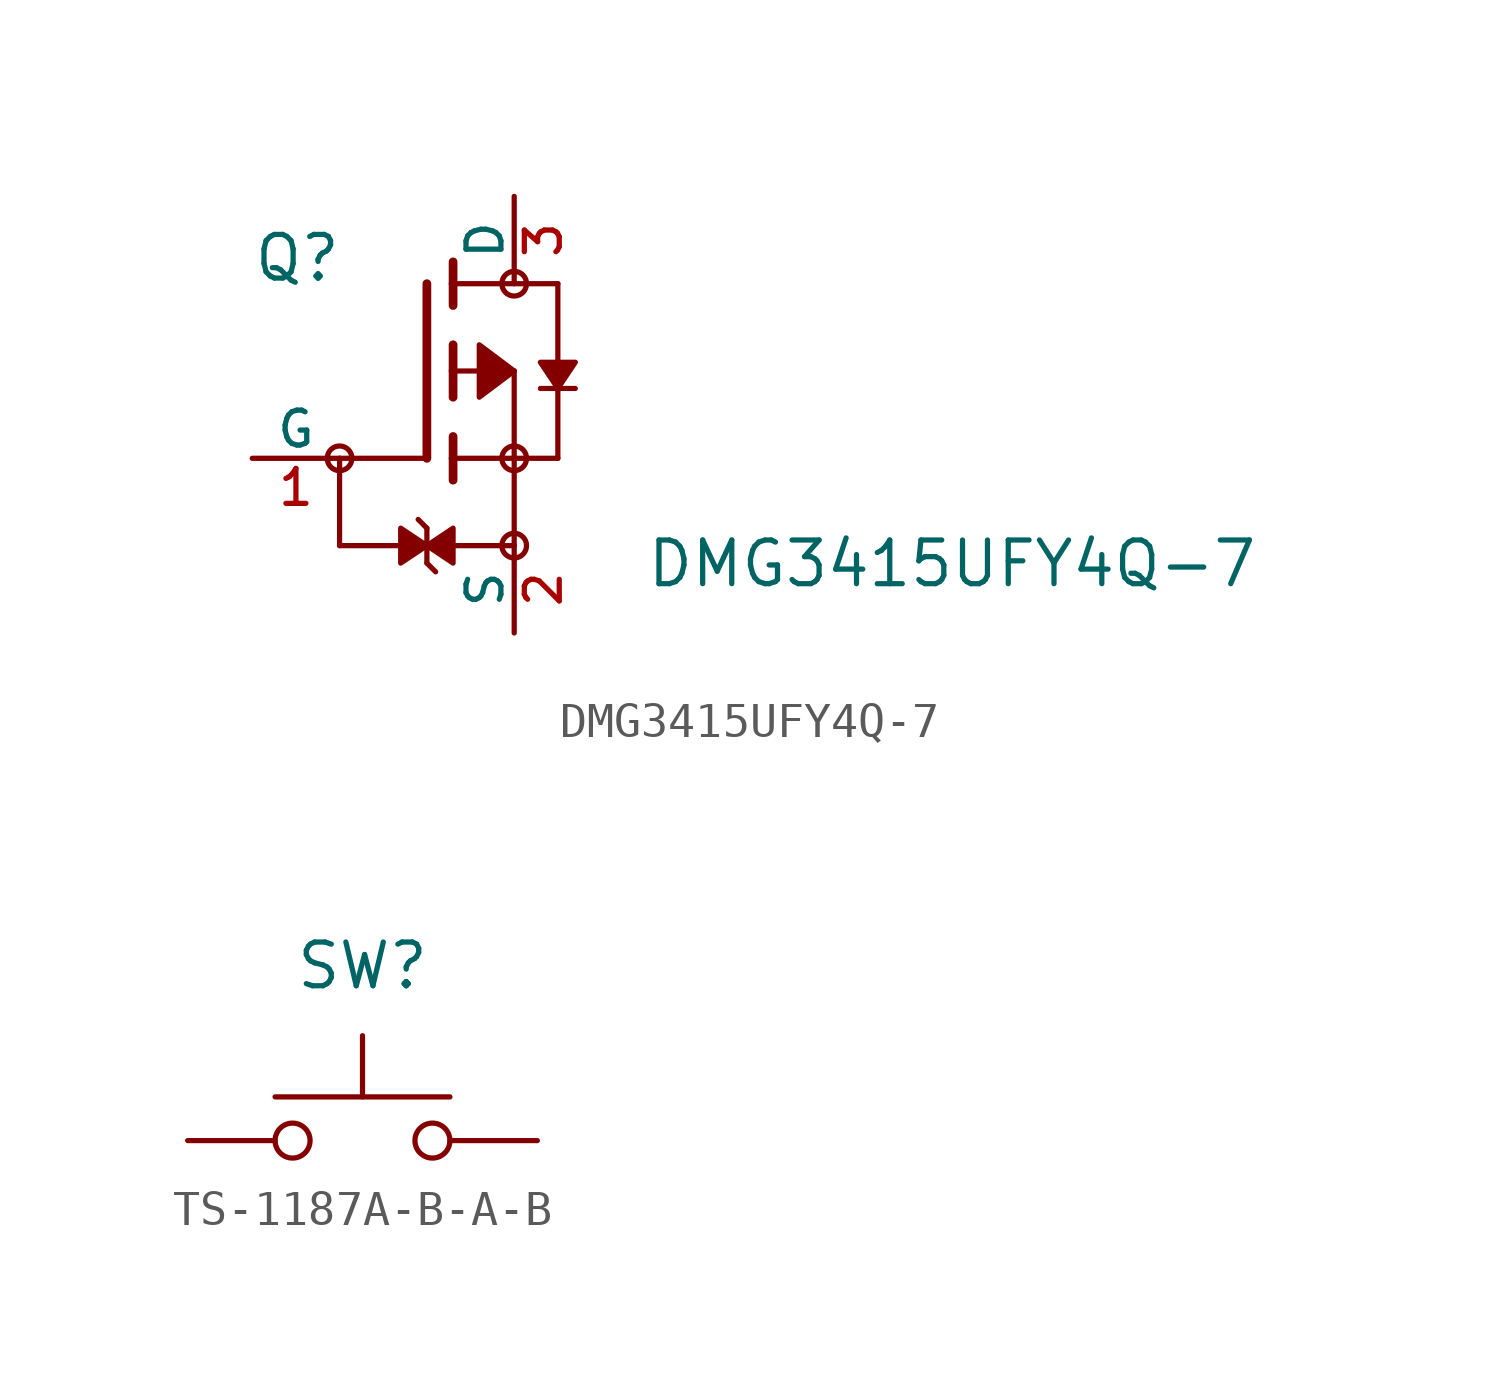
<source format=kicad_sym>
(kicad_symbol_lib
  (version 20220914)
  (generator kicad_symbol_editor)
  (symbol "DMG3415UFY4Q-7"
    (pin_names
      (offset 0))
    (property "Reference" "Q"
      (at -6.35 3.81 0)
      (effects (font (size 1.27 1.27)) (justify left bottom)))
    (property "Value" "DMG3415UFY4Q-7"
      (at 5.08 -5.08 0)
      (effects (font (size 1.27 1.27)) (justify left bottom)))
    (symbol "DMG3415UFY4Q-7_0_0"
      (circle (center -3.81 -1.27) (radius 0.359) (stroke (width 0) (type default)) (fill (type none)))
      (polyline (pts (xy -3.81 -3.81) (xy -3.81 -1.27)) (stroke (width 0.152) (type default)) (fill (type none)))
      (polyline (pts (xy -3.81 -1.27) (xy -1.27 -1.27)) (stroke (width 0.152) (type default)) (fill (type none)))
      (polyline (pts (xy -1.524 -3.048) (xy -1.27 -3.302)) (stroke (width 0.152) (type default)) (fill (type none)))
      (polyline (pts (xy -1.27 -4.318) (xy -1.016 -4.572)) (stroke (width 0.152) (type default)) (fill (type none)))
      (polyline (pts (xy -1.27 -3.302) (xy -1.27 -4.318)) (stroke (width 0.152) (type default)) (fill (type none)))
      (polyline (pts (xy -1.27 -1.27) (xy -1.27 3.81)) (stroke (width 0.254) (type default)) (fill (type none)))
      (polyline (pts (xy -0.508 -1.905) (xy -0.508 -1.27)) (stroke (width 0.254) (type default)) (fill (type none)))
      (polyline (pts (xy -0.508 -1.27) (xy -0.508 -0.635)) (stroke (width 0.254) (type default)) (fill (type none)))
      (polyline (pts (xy -0.508 -1.27) (xy 1.27 -1.27)) (stroke (width 0.152) (type default)) (fill (type none)))
      (polyline (pts (xy -0.508 0.508) (xy -0.508 1.27)) (stroke (width 0.254) (type default)) (fill (type none)))
      (polyline (pts (xy -0.508 1.27) (xy -0.508 2.032)) (stroke (width 0.254) (type default)) (fill (type none)))
      (polyline (pts (xy -0.508 1.27) (xy 1.27 1.27)) (stroke (width 0.152) (type default)) (fill (type none)))
      (polyline (pts (xy -0.508 3.175) (xy -0.508 3.81)) (stroke (width 0.254) (type default)) (fill (type none)))
      (polyline (pts (xy -0.508 3.81) (xy -0.508 4.445)) (stroke (width 0.254) (type default)) (fill (type none)))
      (polyline (pts (xy 1.27 -3.81) (xy -3.81 -3.81)) (stroke (width 0.152) (type default)) (fill (type none)))
      (polyline (pts (xy 1.27 -1.27) (xy 1.27 -3.81)) (stroke (width 0.152) (type default)) (fill (type none)))
      (polyline (pts (xy 1.27 -1.27) (xy 1.27 1.27)) (stroke (width 0.152) (type default)) (fill (type none)))
      (polyline (pts (xy 1.27 -1.27) (xy 2.54 -1.27)) (stroke (width 0.152) (type default)) (fill (type none)))
      (polyline (pts (xy 2.54 0.762) (xy 2.032 0.762)) (stroke (width 0.152) (type default)) (fill (type none)))
      (polyline (pts (xy 2.54 0.762) (xy 2.54 -1.27)) (stroke (width 0.152) (type default)) (fill (type none)))
      (polyline (pts (xy 2.54 3.81) (xy -0.508 3.81)) (stroke (width 0.152) (type default)) (fill (type none)))
      (polyline (pts (xy 2.54 3.81) (xy 2.54 0.762)) (stroke (width 0.152) (type default)) (fill (type none)))
      (polyline (pts (xy 3.048 0.762) (xy 2.54 0.762)) (stroke (width 0.152) (type default)) (fill (type none)))
      (polyline (pts (xy -1.27 -3.81) (xy -2.032 -4.318) (xy -2.032 -3.302) (xy -1.27 -3.81)) (stroke (width 0.152) (type default)) (fill (type outline)))
      (polyline (pts (xy -1.27 -3.81) (xy -0.508 -3.302) (xy -0.508 -4.318) (xy -1.27 -3.81)) (stroke (width 0.152) (type default)) (fill (type outline)))
      (polyline (pts (xy 1.27 1.27) (xy 0.254 2.032) (xy 0.254 0.508) (xy 1.27 1.27)) (stroke (width 0.152) (type default)) (fill (type outline)))
      (polyline (pts (xy 2.54 0.762) (xy 2.032 1.524) (xy 3.048 1.524) (xy 2.54 0.762)) (stroke (width 0.152) (type default)) (fill (type outline)))
      (circle (center 1.27 -3.81) (radius 0.359) (stroke (width 0) (type default)) (fill (type none)))
      (circle (center 1.27 -1.27) (radius 0.359) (stroke (width 0) (type default)) (fill (type none)))
      (circle (center 1.27 3.81) (radius 0.359) (stroke (width 0) (type default)) (fill (type none))))
    (symbol "DMG3415UFY4Q-7_1_0"
      (pin passive line (at -6.35 -1.27 0) (length 2.54) (name "G" (effects (font (size 1.016 1.016)))) (number "1" (effects (font (size 1.016 1.016)))))
      (pin passive line (at 1.27 -6.35 90) (length 2.54) (name "S" (effects (font (size 1.016 1.016)))) (number "2" (effects (font (size 1.016 1.016)))))
      (pin passive line (at 1.27 6.35 270) (length 2.54) (name "D" (effects (font (size 1.016 1.016)))) (number "3" (effects (font (size 1.016 1.016)))))))
  (symbol "TS-1187A-B-A-B"
    (property "Reference" "SW"
      (at 0 5.08 0)
      (effects (font (size 1.27 1.27))))
    (property "Value" ""
      (at 0 0 0)
      (effects (font (size 1.27 1.27))))
    (symbol "TS-1187A-B-A-B_0_1"
      (circle (center -2.032 0) (radius 0.508) (stroke (width 0) (type default)) (fill (type none)))
      (circle (center 2.032 0) (radius 0.508) (stroke (width 0) (type default)) (fill (type none))))
    (symbol "TS-1187A-B-A-B_1_1"
      (polyline (pts (xy 0 1.27) (xy 0 3.048)) (stroke (width 0) (type default)) (fill (type none)))
      (polyline (pts (xy 2.54 1.27) (xy -2.54 1.27)) (stroke (width 0) (type default)) (fill (type none)))
      (pin passive line (at -5.08 0 0) (length 2.54) (name "" (effects (font (size 1.27 1.27)))) (number "" (effects (font (size 1.27 1.27)))))
      (pin passive line (at 5.08 0 180) (length 2.54) (name "" (effects (font (size 1.27 1.27)))) (number "" (effects (font (size 1.27 1.27))))))))
</source>
